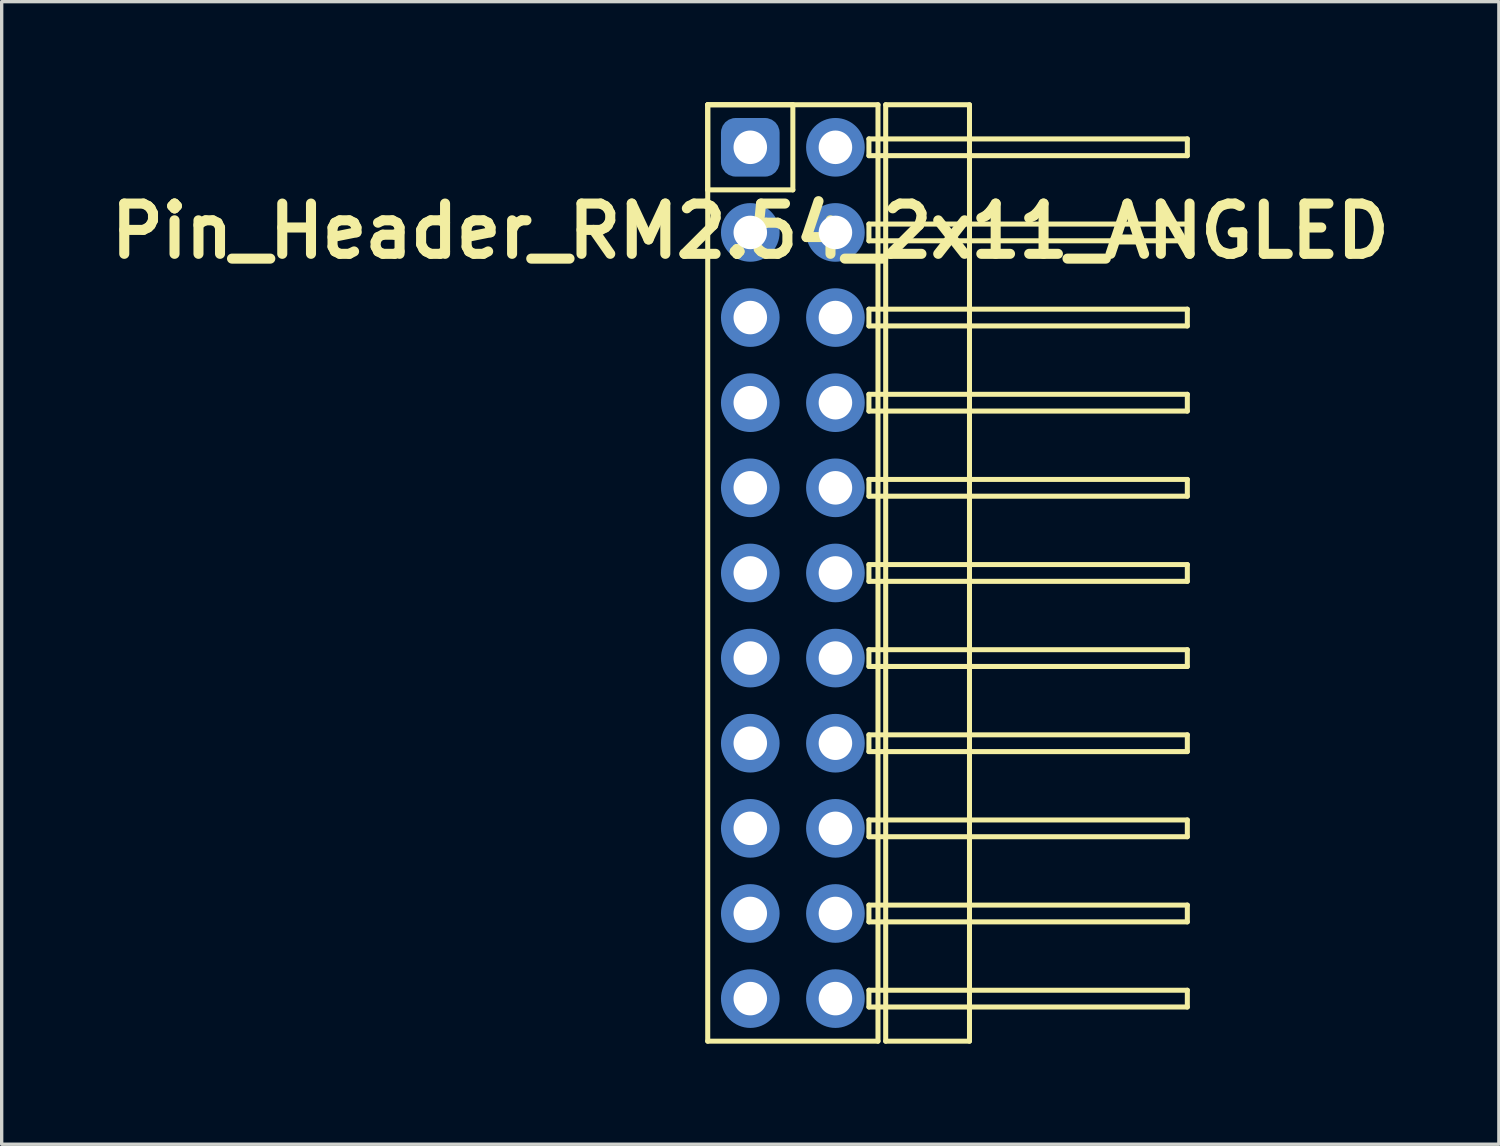
<source format=kicad_pcb>
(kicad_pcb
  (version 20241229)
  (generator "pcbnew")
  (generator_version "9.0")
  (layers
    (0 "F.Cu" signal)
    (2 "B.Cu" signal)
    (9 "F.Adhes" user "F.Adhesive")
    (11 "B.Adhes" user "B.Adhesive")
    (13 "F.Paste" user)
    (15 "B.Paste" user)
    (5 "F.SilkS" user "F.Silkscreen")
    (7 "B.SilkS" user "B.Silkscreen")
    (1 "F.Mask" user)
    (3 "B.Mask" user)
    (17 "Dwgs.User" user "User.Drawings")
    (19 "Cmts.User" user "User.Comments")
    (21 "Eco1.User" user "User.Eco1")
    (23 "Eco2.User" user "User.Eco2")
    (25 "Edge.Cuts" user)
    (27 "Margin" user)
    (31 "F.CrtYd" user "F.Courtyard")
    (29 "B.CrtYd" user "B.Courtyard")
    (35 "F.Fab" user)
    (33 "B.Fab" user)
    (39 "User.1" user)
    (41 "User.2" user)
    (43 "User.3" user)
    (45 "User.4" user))
  (footprint "Pin_Header_RM2.54_2x11_ANGLED"
    (layer "F.Cu")
    (at 19.336 1.345)
    (property "Reference" "Pin_Header_RM2.54_2x11_ANGLED" (at 0 2.5 0) (layer "F.SilkS") (effects (font (size 1.5 1.5) (thickness 0.3))))
    (attr through_hole)
    (fp_line (start -1.27 -1.27) (end 1.27 -1.27) (stroke (width 0.15) (type solid)) (layer "F.SilkS"))
    (fp_line (start -1.27 -1.27) (end 3.81 -1.27) (stroke (width 0.15) (type solid)) (layer "F.SilkS"))
    (fp_line (start -1.27 1.27) (end -1.27 -1.27) (stroke (width 0.15) (type solid)) (layer "F.SilkS"))
    (fp_line (start -1.27 26.67) (end -1.27 -1.27) (stroke (width 0.15) (type solid)) (layer "F.SilkS"))
    (fp_line (start 1.27 -1.27) (end 1.27 1.27) (stroke (width 0.15) (type solid)) (layer "F.SilkS"))
    (fp_line (start 1.27 1.27) (end -1.27 1.27) (stroke (width 0.15) (type solid)) (layer "F.SilkS"))
    (fp_line (start 3.54 -0.25) (end 13.04 -0.25) (stroke (width 0.15) (type solid)) (layer "F.SilkS"))
    (fp_line (start 3.54 0.25) (end 3.54 -0.25) (stroke (width 0.15) (type solid)) (layer "F.SilkS"))
    (fp_line (start 3.54 2.29) (end 13.04 2.29) (stroke (width 0.15) (type solid)) (layer "F.SilkS"))
    (fp_line (start 3.54 2.79) (end 3.54 2.29) (stroke (width 0.15) (type solid)) (layer "F.SilkS"))
    (fp_line (start 3.54 4.83) (end 13.04 4.83) (stroke (width 0.15) (type solid)) (layer "F.SilkS"))
    (fp_line (start 3.54 5.33) (end 3.54 4.83) (stroke (width 0.15) (type solid)) (layer "F.SilkS"))
    (fp_line (start 3.54 7.37) (end 13.04 7.37) (stroke (width 0.15) (type solid)) (layer "F.SilkS"))
    (fp_line (start 3.54 7.87) (end 3.54 7.37) (stroke (width 0.15) (type solid)) (layer "F.SilkS"))
    (fp_line (start 3.54 9.91) (end 13.04 9.91) (stroke (width 0.15) (type solid)) (layer "F.SilkS"))
    (fp_line (start 3.54 10.41) (end 3.54 9.91) (stroke (width 0.15) (type solid)) (layer "F.SilkS"))
    (fp_line (start 3.54 12.45) (end 13.04 12.45) (stroke (width 0.15) (type solid)) (layer "F.SilkS"))
    (fp_line (start 3.54 12.95) (end 3.54 12.45) (stroke (width 0.15) (type solid)) (layer "F.SilkS"))
    (fp_line (start 3.54 14.99) (end 13.04 14.99) (stroke (width 0.15) (type solid)) (layer "F.SilkS"))
    (fp_line (start 3.54 15.49) (end 3.54 14.99) (stroke (width 0.15) (type solid)) (layer "F.SilkS"))
    (fp_line (start 3.54 17.53) (end 13.04 17.53) (stroke (width 0.15) (type solid)) (layer "F.SilkS"))
    (fp_line (start 3.54 18.03) (end 3.54 17.53) (stroke (width 0.15) (type solid)) (layer "F.SilkS"))
    (fp_line (start 3.54 20.07) (end 13.04 20.07) (stroke (width 0.15) (type solid)) (layer "F.SilkS"))
    (fp_line (start 3.54 20.57) (end 3.54 20.07) (stroke (width 0.15) (type solid)) (layer "F.SilkS"))
    (fp_line (start 3.54 22.61) (end 13.04 22.61) (stroke (width 0.15) (type solid)) (layer "F.SilkS"))
    (fp_line (start 3.54 23.11) (end 3.54 22.61) (stroke (width 0.15) (type solid)) (layer "F.SilkS"))
    (fp_line (start 3.54 25.15) (end 13.04 25.15) (stroke (width 0.15) (type solid)) (layer "F.SilkS"))
    (fp_line (start 3.54 25.65) (end 3.54 25.15) (stroke (width 0.15) (type solid)) (layer "F.SilkS"))
    (fp_line (start 3.81 -1.27) (end 3.81 26.67) (stroke (width 0.15) (type solid)) (layer "F.SilkS"))
    (fp_line (start 3.81 26.67) (end -1.27 26.67) (stroke (width 0.15) (type solid)) (layer "F.SilkS"))
    (fp_line (start 4.04 -1.27) (end 6.54 -1.27) (stroke (width 0.15) (type solid)) (layer "F.SilkS"))
    (fp_line (start 4.04 26.67) (end 4.04 -1.27) (stroke (width 0.15) (type solid)) (layer "F.SilkS"))
    (fp_line (start 6.54 -1.27) (end 6.54 26.67) (stroke (width 0.15) (type solid)) (layer "F.SilkS"))
    (fp_line (start 6.54 26.67) (end 4.04 26.67) (stroke (width 0.15) (type solid)) (layer "F.SilkS"))
    (fp_line (start 13.04 -0.25) (end 13.04 0.25) (stroke (width 0.15) (type solid)) (layer "F.SilkS"))
    (fp_line (start 13.04 0.25) (end 3.54 0.25) (stroke (width 0.15) (type solid)) (layer "F.SilkS"))
    (fp_line (start 13.04 2.29) (end 13.04 2.79) (stroke (width 0.15) (type solid)) (layer "F.SilkS"))
    (fp_line (start 13.04 2.79) (end 3.54 2.79) (stroke (width 0.15) (type solid)) (layer "F.SilkS"))
    (fp_line (start 13.04 4.83) (end 13.04 5.33) (stroke (width 0.15) (type solid)) (layer "F.SilkS"))
    (fp_line (start 13.04 5.33) (end 3.54 5.33) (stroke (width 0.15) (type solid)) (layer "F.SilkS"))
    (fp_line (start 13.04 7.37) (end 13.04 7.87) (stroke (width 0.15) (type solid)) (layer "F.SilkS"))
    (fp_line (start 13.04 7.87) (end 3.54 7.87) (stroke (width 0.15) (type solid)) (layer "F.SilkS"))
    (fp_line (start 13.04 9.91) (end 13.04 10.41) (stroke (width 0.15) (type solid)) (layer "F.SilkS"))
    (fp_line (start 13.04 10.41) (end 3.54 10.41) (stroke (width 0.15) (type solid)) (layer "F.SilkS"))
    (fp_line (start 13.04 12.45) (end 13.04 12.95) (stroke (width 0.15) (type solid)) (layer "F.SilkS"))
    (fp_line (start 13.04 12.95) (end 3.54 12.95) (stroke (width 0.15) (type solid)) (layer "F.SilkS"))
    (fp_line (start 13.04 14.99) (end 13.04 15.49) (stroke (width 0.15) (type solid)) (layer "F.SilkS"))
    (fp_line (start 13.04 15.49) (end 3.54 15.49) (stroke (width 0.15) (type solid)) (layer "F.SilkS"))
    (fp_line (start 13.04 17.53) (end 13.04 18.03) (stroke (width 0.15) (type solid)) (layer "F.SilkS"))
    (fp_line (start 13.04 18.03) (end 3.54 18.03) (stroke (width 0.15) (type solid)) (layer "F.SilkS"))
    (fp_line (start 13.04 20.07) (end 13.04 20.57) (stroke (width 0.15) (type solid)) (layer "F.SilkS"))
    (fp_line (start 13.04 20.57) (end 3.54 20.57) (stroke (width 0.15) (type solid)) (layer "F.SilkS"))
    (fp_line (start 13.04 22.61) (end 13.04 23.11) (stroke (width 0.15) (type solid)) (layer "F.SilkS"))
    (fp_line (start 13.04 23.11) (end 3.54 23.11) (stroke (width 0.15) (type solid)) (layer "F.SilkS"))
    (fp_line (start 13.04 25.15) (end 13.04 25.65) (stroke (width 0.15) (type solid)) (layer "F.SilkS"))
    (fp_line (start 13.04 25.65) (end 3.54 25.65) (stroke (width 0.15) (type solid)) (layer "F.SilkS"))
    (pad "1" thru_hole circle (at 0 0) (size 1.3 1.3) (drill 1) (layers "*.Cu" "*.Mask"))
    (pad "1" smd roundrect (at 0 0) (size 1.5 1.5) (layers "F.Cu" "F.Mask") (roundrect_rratio 0.25))
    (pad "1" smd roundrect (at 0 0) (size 1.75 1.75) (layers "B.Cu" "B.Mask") (roundrect_rratio 0.25))
    (pad "2" thru_hole circle (at 2.54 0) (size 1.3 1.3) (drill 1) (layers "*.Cu" "*.Mask"))
    (pad "2" smd circle (at 2.54 0) (size 1.5 1.5) (layers "F.Cu" "F.Mask"))
    (pad "2" smd circle (at 2.54 0) (size 1.75 1.75) (layers "B.Cu" "B.Mask"))
    (pad "3" thru_hole circle (at 0 2.54) (size 1.3 1.3) (drill 1) (layers "*.Cu" "*.Mask"))
    (pad "3" smd circle (at 0 2.54) (size 1.5 1.5) (layers "F.Cu" "F.Mask"))
    (pad "3" smd circle (at 0 2.54) (size 1.75 1.75) (layers "B.Cu" "B.Mask"))
    (pad "4" thru_hole circle (at 2.54 2.54) (size 1.3 1.3) (drill 1) (layers "*.Cu" "*.Mask"))
    (pad "4" smd circle (at 2.54 2.54) (size 1.5 1.5) (layers "F.Cu" "F.Mask"))
    (pad "4" smd circle (at 2.54 2.54) (size 1.75 1.75) (layers "B.Cu" "B.Mask"))
    (pad "5" thru_hole circle (at 0 5.08) (size 1.3 1.3) (drill 1) (layers "*.Cu" "*.Mask"))
    (pad "5" smd circle (at 0 5.08) (size 1.5 1.5) (layers "F.Cu" "F.Mask"))
    (pad "5" smd circle (at 0 5.08) (size 1.75 1.75) (layers "B.Cu" "B.Mask"))
    (pad "6" thru_hole circle (at 2.54 5.08) (size 1.3 1.3) (drill 1) (layers "*.Cu" "*.Mask"))
    (pad "6" smd circle (at 2.54 5.08) (size 1.5 1.5) (layers "F.Cu" "F.Mask"))
    (pad "6" smd circle (at 2.54 5.08) (size 1.75 1.75) (layers "B.Cu" "B.Mask"))
    (pad "7" thru_hole circle (at 0 7.62) (size 1.3 1.3) (drill 1) (layers "*.Cu" "*.Mask"))
    (pad "7" smd circle (at 0 7.62) (size 1.5 1.5) (layers "F.Cu" "F.Mask"))
    (pad "7" smd circle (at 0 7.62) (size 1.75 1.75) (layers "B.Cu" "B.Mask"))
    (pad "8" thru_hole circle (at 2.54 7.62) (size 1.3 1.3) (drill 1) (layers "*.Cu" "*.Mask"))
    (pad "8" smd circle (at 2.54 7.62) (size 1.5 1.5) (layers "F.Cu" "F.Mask"))
    (pad "8" smd circle (at 2.54 7.62) (size 1.75 1.75) (layers "B.Cu" "B.Mask"))
    (pad "9" thru_hole circle (at 0 10.16) (size 1.3 1.3) (drill 1) (layers "*.Cu" "*.Mask"))
    (pad "9" smd circle (at 0 10.16) (size 1.5 1.5) (layers "F.Cu" "F.Mask"))
    (pad "9" smd circle (at 0 10.16) (size 1.75 1.75) (layers "B.Cu" "B.Mask"))
    (pad "10" thru_hole circle (at 2.54 10.16) (size 1.3 1.3) (drill 1) (layers "*.Cu" "*.Mask"))
    (pad "10" smd circle (at 2.54 10.16) (size 1.5 1.5) (layers "F.Cu" "F.Mask"))
    (pad "10" smd circle (at 2.54 10.16) (size 1.75 1.75) (layers "B.Cu" "B.Mask"))
    (pad "11" thru_hole circle (at 0 12.7) (size 1.3 1.3) (drill 1) (layers "*.Cu" "*.Mask"))
    (pad "11" smd circle (at 0 12.7) (size 1.5 1.5) (layers "F.Cu" "F.Mask"))
    (pad "11" smd circle (at 0 12.7) (size 1.75 1.75) (layers "B.Cu" "B.Mask"))
    (pad "12" thru_hole circle (at 2.54 12.7) (size 1.3 1.3) (drill 1) (layers "*.Cu" "*.Mask"))
    (pad "12" smd circle (at 2.54 12.7) (size 1.5 1.5) (layers "F.Cu" "F.Mask"))
    (pad "12" smd circle (at 2.54 12.7) (size 1.75 1.75) (layers "B.Cu" "B.Mask"))
    (pad "13" thru_hole circle (at 0 15.24) (size 1.3 1.3) (drill 1) (layers "*.Cu" "*.Mask"))
    (pad "13" smd circle (at 0 15.24) (size 1.5 1.5) (layers "F.Cu" "F.Mask"))
    (pad "13" smd circle (at 0 15.24) (size 1.75 1.75) (layers "B.Cu" "B.Mask"))
    (pad "14" thru_hole circle (at 2.54 15.24) (size 1.3 1.3) (drill 1) (layers "*.Cu" "*.Mask"))
    (pad "14" smd circle (at 2.54 15.24) (size 1.5 1.5) (layers "F.Cu" "F.Mask"))
    (pad "14" smd circle (at 2.54 15.24) (size 1.75 1.75) (layers "B.Cu" "B.Mask"))
    (pad "15" thru_hole circle (at 0 17.78) (size 1.3 1.3) (drill 1) (layers "*.Cu" "*.Mask"))
    (pad "15" smd circle (at 0 17.78) (size 1.5 1.5) (layers "F.Cu" "F.Mask"))
    (pad "15" smd circle (at 0 17.78) (size 1.75 1.75) (layers "B.Cu" "B.Mask"))
    (pad "16" thru_hole circle (at 2.54 17.78) (size 1.3 1.3) (drill 1) (layers "*.Cu" "*.Mask"))
    (pad "16" smd circle (at 2.54 17.78) (size 1.5 1.5) (layers "F.Cu" "F.Mask"))
    (pad "16" smd circle (at 2.54 17.78) (size 1.75 1.75) (layers "B.Cu" "B.Mask"))
    (pad "17" thru_hole circle (at 0 20.32) (size 1.3 1.3) (drill 1) (layers "*.Cu" "*.Mask"))
    (pad "17" smd circle (at 0 20.32) (size 1.5 1.5) (layers "F.Cu" "F.Mask"))
    (pad "17" smd circle (at 0 20.32) (size 1.75 1.75) (layers "B.Cu" "B.Mask"))
    (pad "18" thru_hole circle (at 2.54 20.32) (size 1.3 1.3) (drill 1) (layers "*.Cu" "*.Mask"))
    (pad "18" smd circle (at 2.54 20.32) (size 1.5 1.5) (layers "F.Cu" "F.Mask"))
    (pad "18" smd circle (at 2.54 20.32) (size 1.75 1.75) (layers "B.Cu" "B.Mask"))
    (pad "19" thru_hole circle (at 0 22.86) (size 1.3 1.3) (drill 1) (layers "*.Cu" "*.Mask"))
    (pad "19" smd circle (at 0 22.86) (size 1.5 1.5) (layers "F.Cu" "F.Mask"))
    (pad "19" smd circle (at 0 22.86) (size 1.75 1.75) (layers "B.Cu" "B.Mask"))
    (pad "20" thru_hole circle (at 2.54 22.86) (size 1.3 1.3) (drill 1) (layers "*.Cu" "*.Mask"))
    (pad "20" smd circle (at 2.54 22.86) (size 1.5 1.5) (layers "F.Cu" "F.Mask"))
    (pad "20" smd circle (at 2.54 22.86) (size 1.75 1.75) (layers "B.Cu" "B.Mask"))
    (pad "21" thru_hole circle (at 0 25.4) (size 1.3 1.3) (drill 1) (layers "*.Cu" "*.Mask"))
    (pad "21" smd circle (at 0 25.4) (size 1.5 1.5) (layers "F.Cu" "F.Mask"))
    (pad "21" smd circle (at 0 25.4) (size 1.75 1.75) (layers "B.Cu" "B.Mask"))
    (pad "22" thru_hole circle (at 2.54 25.4) (size 1.3 1.3) (drill 1) (layers "*.Cu" "*.Mask"))
    (pad "22" smd circle (at 2.54 25.4) (size 1.5 1.5) (layers "F.Cu" "F.Mask"))
    (pad "22" smd circle (at 2.54 25.4) (size 1.75 1.75) (layers "B.Cu" "B.Mask")))
  (gr_rect
    (start -3 -3)
    (end 41.671 31.09)
    (stroke (width 0.1) (type default))
    (fill no)
    (layer "Edge.Cuts")))
</source>
